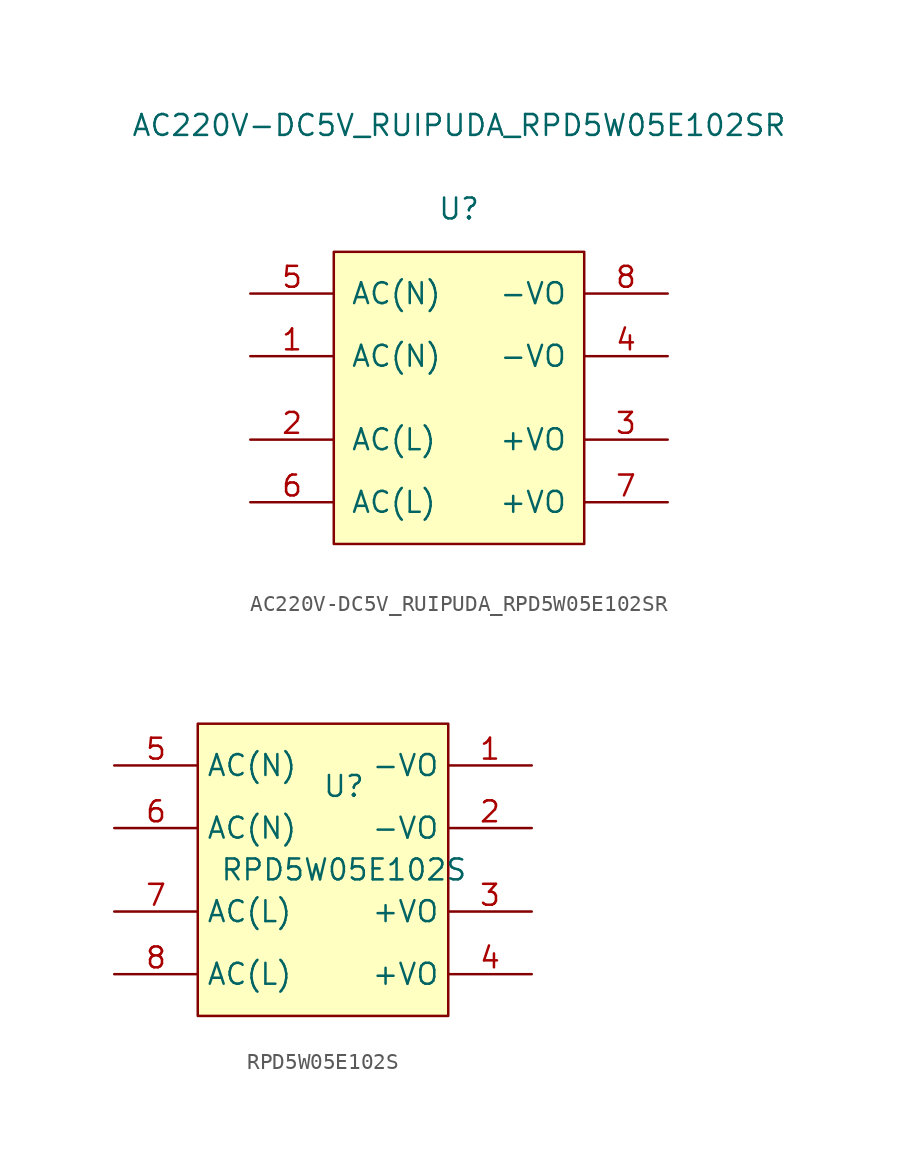
<source format=kicad_sym>
(kicad_symbol_lib
  (version 20220914)
  (generator kicad_symbol_editor)
  (symbol "AC220V-DC5V_RUIPUDA_RPD5W05E102SR"
    (pin_names
      (offset 1.016))
    (property "Reference" "U"
      (at 0 8.966 0)
      (effects (font (size 1.27 1.27))))
    (property "Value" "AC220V-DC5V_RUIPUDA_RPD5W05E102SR"
      (at 0 14.046 0)
      (effects (font (size 1.27 1.27))))
    (symbol "AC220V-DC5V_RUIPUDA_RPD5W05E102SR_1_1"
      (rectangle (start -7.62 6.35) (end 7.62 -11.43) (stroke (width 0.152) (type solid)) (fill (type background)))
      (pin power_in line (at -12.7 0 0) (length 5.08) (name "AC(N)" (effects (font (size 1.27 1.27)))) (number "1" (effects (font (size 1.27 1.27)))))
      (pin power_in line (at -12.7 -5.08 0) (length 5.08) (name "AC(L)" (effects (font (size 1.27 1.27)))) (number "2" (effects (font (size 1.27 1.27)))))
      (pin power_in line (at 12.7 -5.08 180) (length 5.08) (name "+VO" (effects (font (size 1.27 1.27)))) (number "3" (effects (font (size 1.27 1.27)))))
      (pin power_in line (at 12.7 0 180) (length 5.08) (name "-VO" (effects (font (size 1.27 1.27)))) (number "4" (effects (font (size 1.27 1.27)))))
      (pin power_in line (at -12.7 3.81 0) (length 5.08) (name "AC(N)" (effects (font (size 1.27 1.27)))) (number "5" (effects (font (size 1.27 1.27)))))
      (pin power_in line (at -12.7 -8.89 0) (length 5.08) (name "AC(L)" (effects (font (size 1.27 1.27)))) (number "6" (effects (font (size 1.27 1.27)))))
      (pin power_in line (at 12.7 -8.89 180) (length 5.08) (name "+VO" (effects (font (size 1.27 1.27)))) (number "7" (effects (font (size 1.27 1.27)))))
      (pin power_in line (at 12.7 3.81 180) (length 5.08) (name "-VO" (effects (font (size 1.27 1.27)))) (number "8" (effects (font (size 1.27 1.27)))))))
  (symbol "RPD5W05E102S"
    (property "Reference" "U"
      (at 0 5.08 0)
      (effects (font (size 1.27 1.27))))
    (property "Value" "RPD5W05E102S"
      (at 0 0 0)
      (effects (font (size 1.27 1.27))))
    (symbol "RPD5W05E102S_1_1"
      (rectangle (start -8.89 8.89) (end 6.35 -8.89) (stroke (width 0.152) (type solid)) (fill (type background)))
      (pin power_in line (at 11.43 6.35 180) (length 5.08) (name "-VO" (effects (font (size 1.27 1.27)))) (number "1" (effects (font (size 1.27 1.27)))))
      (pin power_in line (at 11.43 2.54 180) (length 5.08) (name "-VO" (effects (font (size 1.27 1.27)))) (number "2" (effects (font (size 1.27 1.27)))))
      (pin power_in line (at 11.43 -2.54 180) (length 5.08) (name "+VO" (effects (font (size 1.27 1.27)))) (number "3" (effects (font (size 1.27 1.27)))))
      (pin power_in line (at 11.43 -6.35 180) (length 5.08) (name "+VO" (effects (font (size 1.27 1.27)))) (number "4" (effects (font (size 1.27 1.27)))))
      (pin power_in line (at -13.97 6.35 0) (length 5.08) (name "AC(N)" (effects (font (size 1.27 1.27)))) (number "5" (effects (font (size 1.27 1.27)))))
      (pin power_in line (at -13.97 2.54 0) (length 5.08) (name "AC(N)" (effects (font (size 1.27 1.27)))) (number "6" (effects (font (size 1.27 1.27)))))
      (pin power_in line (at -13.97 -2.54 0) (length 5.08) (name "AC(L)" (effects (font (size 1.27 1.27)))) (number "7" (effects (font (size 1.27 1.27)))))
      (pin power_in line (at -13.97 -6.35 0) (length 5.08) (name "AC(L)" (effects (font (size 1.27 1.27)))) (number "8" (effects (font (size 1.27 1.27))))))))
</source>
